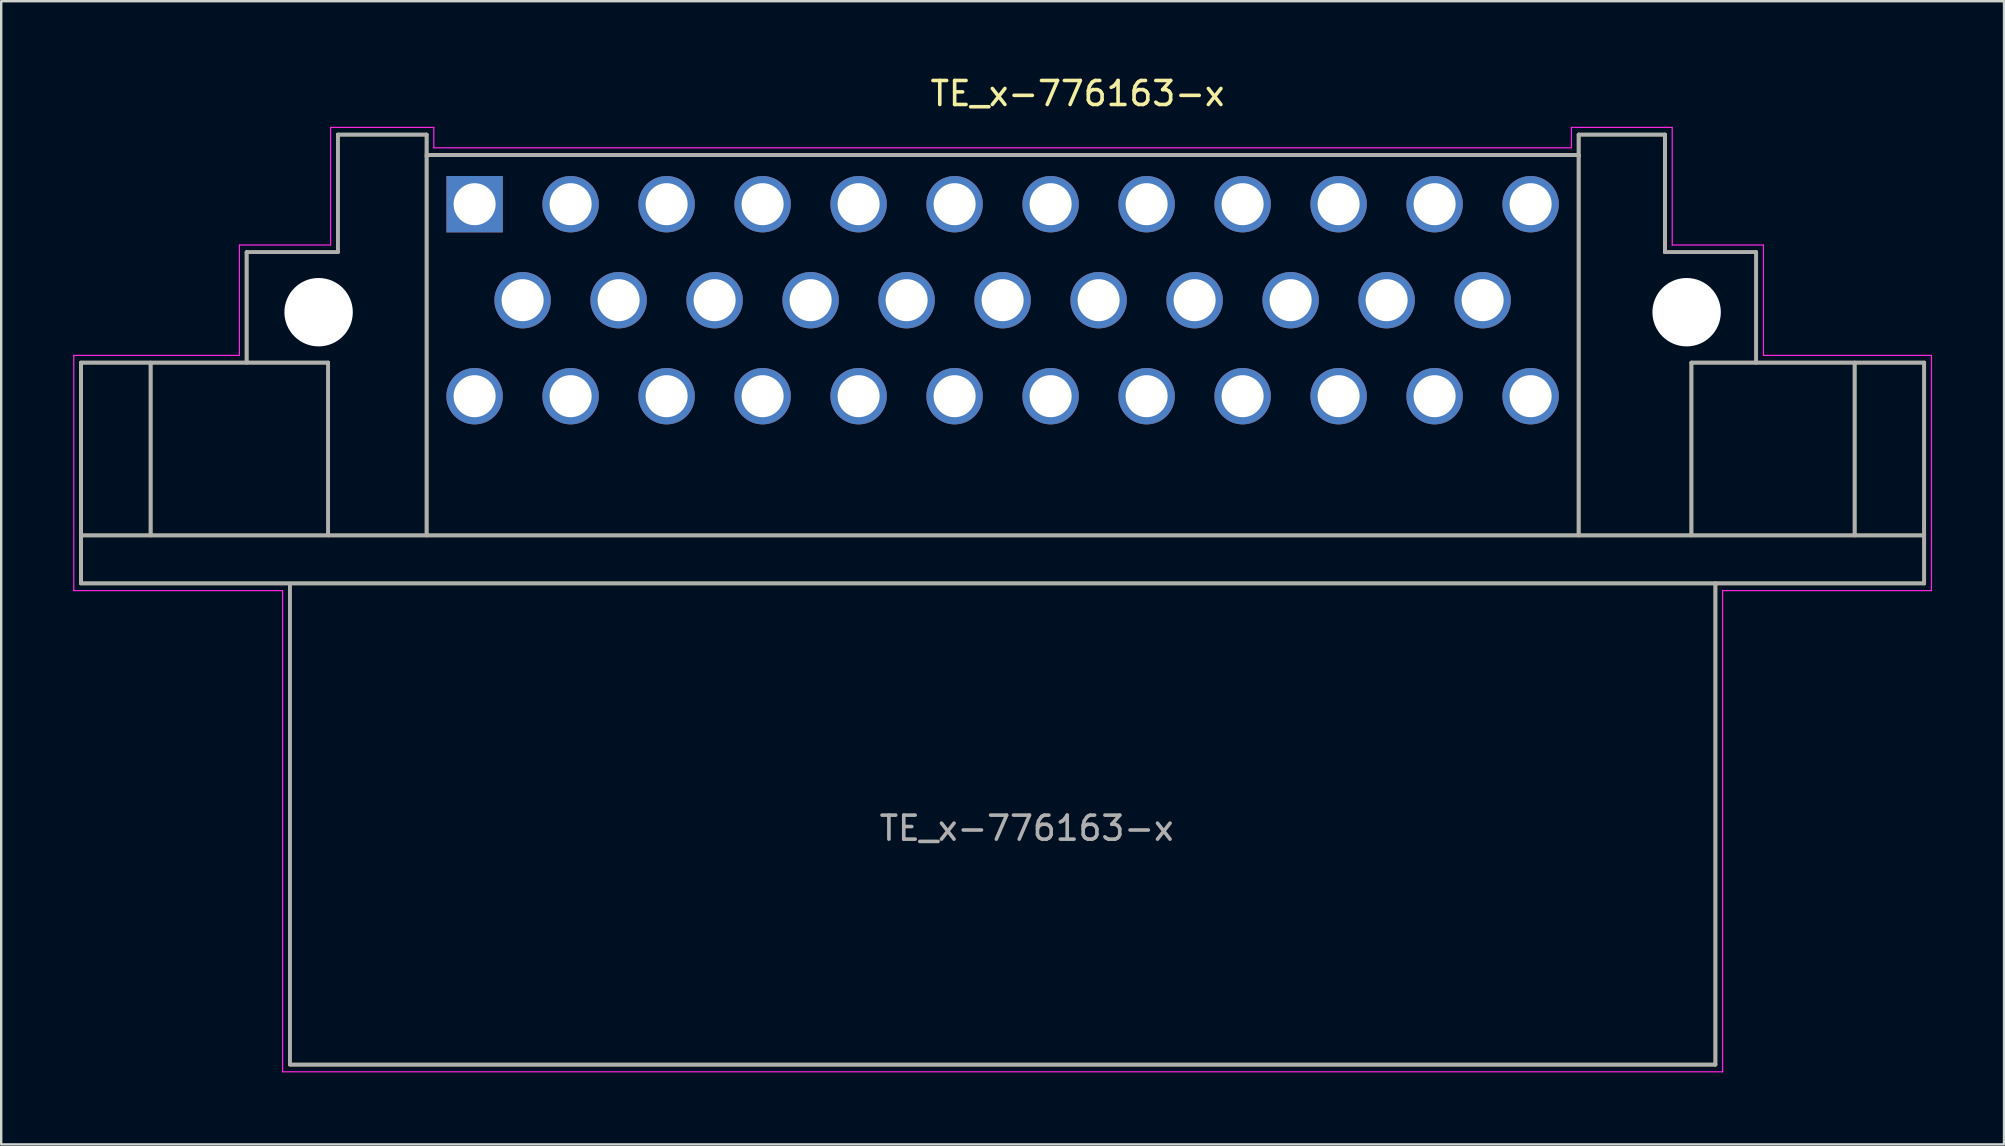
<source format=kicad_pcb>
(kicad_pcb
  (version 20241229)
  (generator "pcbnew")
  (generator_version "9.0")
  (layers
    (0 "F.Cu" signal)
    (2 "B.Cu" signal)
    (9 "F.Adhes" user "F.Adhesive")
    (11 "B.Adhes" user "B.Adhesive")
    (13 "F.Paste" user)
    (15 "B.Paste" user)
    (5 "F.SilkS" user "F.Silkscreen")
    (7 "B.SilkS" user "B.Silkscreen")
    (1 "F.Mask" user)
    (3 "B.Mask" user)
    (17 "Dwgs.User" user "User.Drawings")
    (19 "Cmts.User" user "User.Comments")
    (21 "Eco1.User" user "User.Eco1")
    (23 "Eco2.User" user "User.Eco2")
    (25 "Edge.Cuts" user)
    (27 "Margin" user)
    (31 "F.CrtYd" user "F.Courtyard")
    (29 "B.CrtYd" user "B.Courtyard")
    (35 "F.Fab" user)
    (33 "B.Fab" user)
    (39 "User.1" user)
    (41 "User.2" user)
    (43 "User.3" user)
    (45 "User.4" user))
  (footprint "TE_x-776163-x"
    (layer "F.Cu")
    (at 16.725 5.458)
    (property "Reference" "TE_x-776163-x" (at 25.12 -4.61 0) (layer "F.SilkS") (effects (font (size 1 1) (thickness 0.15))))
    (attr through_hole)
    (fp_line (start -16.4 6.6) (end -6.1 6.6) (stroke (width 0.15) (type solid)) (layer "F.SilkS"))
    (fp_line (start -16.4 13.5) (end -16.4 6.6) (stroke (width 0.15) (type solid)) (layer "F.SilkS"))
    (fp_line (start -16.4 13.5) (end -16.4 15.8) (stroke (width 0.15) (type solid)) (layer "F.SilkS"))
    (fp_line (start -16.4 13.8) (end 60.4 13.8) (stroke (width 0.15) (type solid)) (layer "F.SilkS"))
    (fp_line (start -13.5 6.6) (end -13.5 13.8) (stroke (width 0.15) (type solid)) (layer "F.SilkS"))
    (fp_line (start -9.5 2) (end -9.5 6.6) (stroke (width 0.15) (type solid)) (layer "F.SilkS"))
    (fp_line (start -7.7 15.85) (end -7.7 35.8) (stroke (width 0.15) (type solid)) (layer "F.SilkS"))
    (fp_line (start -7.7 35.85) (end 51.7 35.85) (stroke (width 0.15) (type solid)) (layer "F.SilkS"))
    (fp_line (start -6.1 6.6) (end -6.1 13.8) (stroke (width 0.15) (type solid)) (layer "F.SilkS"))
    (fp_line (start -5.7 -2.9) (end -5.7 2) (stroke (width 0.15) (type solid)) (layer "F.SilkS"))
    (fp_line (start -5.7 2) (end -9.5 2) (stroke (width 0.15) (type solid)) (layer "F.SilkS"))
    (fp_line (start -2 -2.9) (end -5.7 -2.9) (stroke (width 0.15) (type solid)) (layer "F.SilkS"))
    (fp_line (start -2 -2.05) (end 46 -2.05) (stroke (width 0.15) (type solid)) (layer "F.SilkS"))
    (fp_line (start -2 -2) (end -2 -2.9) (stroke (width 0.15) (type solid)) (layer "F.SilkS"))
    (fp_line (start -2 13.8) (end -2 -2) (stroke (width 0.15) (type solid)) (layer "F.SilkS"))
    (fp_line (start 46 -2.9) (end 49.6 -2.9) (stroke (width 0.15) (type solid)) (layer "F.SilkS"))
    (fp_line (start 46 -2) (end 46 -2.9) (stroke (width 0.15) (type solid)) (layer "F.SilkS"))
    (fp_line (start 46 -2) (end 46 13.8) (stroke (width 0.15) (type solid)) (layer "F.SilkS"))
    (fp_line (start 49.6 -2.9) (end 49.6 2) (stroke (width 0.15) (type solid)) (layer "F.SilkS"))
    (fp_line (start 49.6 2) (end 53.4 2) (stroke (width 0.15) (type solid)) (layer "F.SilkS"))
    (fp_line (start 50.7 6.6) (end 50.7 13.8) (stroke (width 0.15) (type solid)) (layer "F.SilkS"))
    (fp_line (start 51.7 35.85) (end 51.7 15.8) (stroke (width 0.15) (type solid)) (layer "F.SilkS"))
    (fp_line (start 53.4 2) (end 53.4 6.6) (stroke (width 0.15) (type solid)) (layer "F.SilkS"))
    (fp_line (start 57.5 6.6) (end 57.5 13.8) (stroke (width 0.15) (type solid)) (layer "F.SilkS"))
    (fp_line (start 60.4 6.6) (end 50.7 6.6) (stroke (width 0.15) (type solid)) (layer "F.SilkS"))
    (fp_line (start 60.4 13.5) (end 60.4 6.6) (stroke (width 0.15) (type solid)) (layer "F.SilkS"))
    (fp_line (start 60.4 13.5) (end 60.4 15.8) (stroke (width 0.15) (type solid)) (layer "F.SilkS"))
    (fp_line (start 60.4 15.8) (end -16.4 15.8) (stroke (width 0.15) (type solid)) (layer "F.SilkS"))
    (fp_line (start -16.7 6.3) (end -9.8 6.3) (stroke (width 0.05) (type solid)) (layer "F.CrtYd"))
    (fp_line (start -16.7 16.1) (end -16.7 6.3) (stroke (width 0.05) (type solid)) (layer "F.CrtYd"))
    (fp_line (start -9.8 1.7) (end -6 1.7) (stroke (width 0.05) (type solid)) (layer "F.CrtYd"))
    (fp_line (start -9.8 6.3) (end -9.8 1.7) (stroke (width 0.05) (type solid)) (layer "F.CrtYd"))
    (fp_line (start -8 16.1) (end -16.7 16.1) (stroke (width 0.05) (type solid)) (layer "F.CrtYd"))
    (fp_line (start -8 36.15) (end -8 16.1) (stroke (width 0.05) (type solid)) (layer "F.CrtYd"))
    (fp_line (start -6 -3.2) (end -1.7 -3.2) (stroke (width 0.05) (type solid)) (layer "F.CrtYd"))
    (fp_line (start -6 1.7) (end -6 -3.2) (stroke (width 0.05) (type solid)) (layer "F.CrtYd"))
    (fp_line (start -1.7 -3.2) (end -1.7 -2.35) (stroke (width 0.05) (type solid)) (layer "F.CrtYd"))
    (fp_line (start -1.7 -2.35) (end 45.7 -2.35) (stroke (width 0.05) (type solid)) (layer "F.CrtYd"))
    (fp_line (start 45.7 -3.2) (end 49.9 -3.2) (stroke (width 0.05) (type solid)) (layer "F.CrtYd"))
    (fp_line (start 45.7 -2.35) (end 45.7 -3.2) (stroke (width 0.05) (type solid)) (layer "F.CrtYd"))
    (fp_line (start 49.9 -3.2) (end 49.9 1.7) (stroke (width 0.05) (type solid)) (layer "F.CrtYd"))
    (fp_line (start 49.9 1.7) (end 53.7 1.7) (stroke (width 0.05) (type solid)) (layer "F.CrtYd"))
    (fp_line (start 52 16.1) (end 52 36.15) (stroke (width 0.05) (type solid)) (layer "F.CrtYd"))
    (fp_line (start 52 36.15) (end -8 36.15) (stroke (width 0.05) (type solid)) (layer "F.CrtYd"))
    (fp_line (start 53.7 1.7) (end 53.7 6.3) (stroke (width 0.05) (type solid)) (layer "F.CrtYd"))
    (fp_line (start 53.7 6.3) (end 60.7 6.3) (stroke (width 0.05) (type solid)) (layer "F.CrtYd"))
    (fp_line (start 60.7 6.3) (end 60.7 16.1) (stroke (width 0.05) (type solid)) (layer "F.CrtYd"))
    (fp_line (start 60.7 16.1) (end 52 16.1) (stroke (width 0.05) (type solid)) (layer "F.CrtYd"))
    (fp_line (start -16.4 6.6) (end -6.1 6.6) (stroke (width 0.15) (type solid)) (layer "F.Fab"))
    (fp_line (start -16.4 13.5) (end -16.4 6.6) (stroke (width 0.15) (type solid)) (layer "F.Fab"))
    (fp_line (start -16.4 13.5) (end -16.4 15.8) (stroke (width 0.15) (type solid)) (layer "F.Fab"))
    (fp_line (start -16.4 13.8) (end 60.4 13.8) (stroke (width 0.15) (type solid)) (layer "F.Fab"))
    (fp_line (start -13.5 6.6) (end -13.5 13.8) (stroke (width 0.15) (type solid)) (layer "F.Fab"))
    (fp_line (start -9.5 2) (end -9.5 6.6) (stroke (width 0.15) (type solid)) (layer "F.Fab"))
    (fp_line (start -7.7 15.85) (end -7.7 35.8) (stroke (width 0.15) (type solid)) (layer "F.Fab"))
    (fp_line (start -7.7 35.85) (end 51.7 35.85) (stroke (width 0.15) (type solid)) (layer "F.Fab"))
    (fp_line (start -6.1 6.6) (end -6.1 13.8) (stroke (width 0.15) (type solid)) (layer "F.Fab"))
    (fp_line (start -5.7 -2.9) (end -5.7 2) (stroke (width 0.15) (type solid)) (layer "F.Fab"))
    (fp_line (start -5.7 2) (end -9.5 2) (stroke (width 0.15) (type solid)) (layer "F.Fab"))
    (fp_line (start -2 -2.9) (end -5.7 -2.9) (stroke (width 0.15) (type solid)) (layer "F.Fab"))
    (fp_line (start -2 -2.05) (end 46 -2.05) (stroke (width 0.15) (type solid)) (layer "F.Fab"))
    (fp_line (start -2 -2) (end -2 -2.9) (stroke (width 0.15) (type solid)) (layer "F.Fab"))
    (fp_line (start -2 13.8) (end -2 -2) (stroke (width 0.15) (type solid)) (layer "F.Fab"))
    (fp_line (start 46 -2.9) (end 49.6 -2.9) (stroke (width 0.15) (type solid)) (layer "F.Fab"))
    (fp_line (start 46 -2) (end 46 -2.9) (stroke (width 0.15) (type solid)) (layer "F.Fab"))
    (fp_line (start 46 -2) (end 46 13.8) (stroke (width 0.15) (type solid)) (layer "F.Fab"))
    (fp_line (start 49.6 -2.9) (end 49.6 2) (stroke (width 0.15) (type solid)) (layer "F.Fab"))
    (fp_line (start 49.6 2) (end 53.4 2) (stroke (width 0.15) (type solid)) (layer "F.Fab"))
    (fp_line (start 50.7 6.6) (end 50.7 13.8) (stroke (width 0.15) (type solid)) (layer "F.Fab"))
    (fp_line (start 51.7 35.85) (end 51.7 15.8) (stroke (width 0.15) (type solid)) (layer "F.Fab"))
    (fp_line (start 53.4 2) (end 53.4 6.6) (stroke (width 0.15) (type solid)) (layer "F.Fab"))
    (fp_line (start 57.5 6.6) (end 57.5 13.8) (stroke (width 0.15) (type solid)) (layer "F.Fab"))
    (fp_line (start 60.4 6.6) (end 50.7 6.6) (stroke (width 0.15) (type solid)) (layer "F.Fab"))
    (fp_line (start 60.4 13.5) (end 60.4 6.6) (stroke (width 0.15) (type solid)) (layer "F.Fab"))
    (fp_line (start 60.4 13.5) (end 60.4 15.8) (stroke (width 0.15) (type solid)) (layer "F.Fab"))
    (fp_line (start 60.4 15.8) (end -16.4 15.8) (stroke (width 0.15) (type solid)) (layer "F.Fab"))
    (fp_text user "${REFERENCE}" (at 23 26 0) (layer "F.Fab") (effects (font (size 1 1) (thickness 0.15))))
    (pad "" np_thru_hole circle (at -6.5 4.5) (size 2.85 2.85) (drill 2.85) (layers "*.Cu" "*.Mask"))
    (pad "" np_thru_hole circle (at 50.5 4.5) (size 2.85 2.85) (drill 2.85) (layers "*.Cu" "*.Mask"))
    (pad "1" thru_hole rect (at 0 0) (size 2.35 2.35) (drill 1.75) (layers "*.Cu" "*.Mask"))
    (pad "2" thru_hole circle (at 4 0) (size 2.35 2.35) (drill 1.75) (layers "*.Cu" "*.Mask"))
    (pad "3" thru_hole circle (at 8 0) (size 2.35 2.35) (drill 1.75) (layers "*.Cu" "*.Mask"))
    (pad "4" thru_hole circle (at 12 0) (size 2.35 2.35) (drill 1.75) (layers "*.Cu" "*.Mask"))
    (pad "5" thru_hole circle (at 16 0) (size 2.35 2.35) (drill 1.75) (layers "*.Cu" "*.Mask"))
    (pad "6" thru_hole circle (at 20 0) (size 2.35 2.35) (drill 1.75) (layers "*.Cu" "*.Mask"))
    (pad "7" thru_hole circle (at 24 0) (size 2.35 2.35) (drill 1.75) (layers "*.Cu" "*.Mask"))
    (pad "8" thru_hole circle (at 28 0) (size 2.35 2.35) (drill 1.75) (layers "*.Cu" "*.Mask"))
    (pad "9" thru_hole circle (at 14 4) (size 2.35 2.35) (drill 1.75) (layers "*.Cu" "*.Mask"))
    (pad "9" thru_hole circle (at 32 0) (size 2.35 2.35) (drill 1.75) (layers "*.Cu" "*.Mask"))
    (pad "10" thru_hole circle (at 36 0) (size 2.35 2.35) (drill 1.75) (layers "*.Cu" "*.Mask"))
    (pad "11" thru_hole circle (at 40 0) (size 2.35 2.35) (drill 1.75) (layers "*.Cu" "*.Mask"))
    (pad "12" thru_hole circle (at 44 0) (size 2.35 2.35) (drill 1.75) (layers "*.Cu" "*.Mask"))
    (pad "13" thru_hole circle (at 2 4) (size 2.35 2.35) (drill 1.75) (layers "*.Cu" "*.Mask"))
    (pad "14" thru_hole circle (at 6 4) (size 2.35 2.35) (drill 1.75) (layers "*.Cu" "*.Mask"))
    (pad "15" thru_hole circle (at 10 4) (size 2.35 2.35) (drill 1.75) (layers "*.Cu" "*.Mask"))
    (pad "17" thru_hole circle (at 18 4) (size 2.35 2.35) (drill 1.75) (layers "*.Cu" "*.Mask"))
    (pad "18" thru_hole circle (at 22 4) (size 2.35 2.35) (drill 1.75) (layers "*.Cu" "*.Mask"))
    (pad "19" thru_hole circle (at 26 4) (size 2.35 2.35) (drill 1.75) (layers "*.Cu" "*.Mask"))
    (pad "20" thru_hole circle (at 30 4) (size 2.35 2.35) (drill 1.75) (layers "*.Cu" "*.Mask"))
    (pad "21" thru_hole circle (at 34 4) (size 2.35 2.35) (drill 1.75) (layers "*.Cu" "*.Mask"))
    (pad "22" thru_hole circle (at 38 4) (size 2.35 2.35) (drill 1.75) (layers "*.Cu" "*.Mask"))
    (pad "23" thru_hole circle (at 42 4) (size 2.35 2.35) (drill 1.75) (layers "*.Cu" "*.Mask"))
    (pad "24" thru_hole circle (at 0 8) (size 2.35 2.35) (drill 1.75) (layers "*.Cu" "*.Mask"))
    (pad "25" thru_hole circle (at 4 8) (size 2.35 2.35) (drill 1.75) (layers "*.Cu" "*.Mask"))
    (pad "26" thru_hole circle (at 8 8) (size 2.35 2.35) (drill 1.75) (layers "*.Cu" "*.Mask"))
    (pad "27" thru_hole circle (at 12 8) (size 2.35 2.35) (drill 1.75) (layers "*.Cu" "*.Mask"))
    (pad "28" thru_hole circle (at 16 8) (size 2.35 2.35) (drill 1.75) (layers "*.Cu" "*.Mask"))
    (pad "29" thru_hole circle (at 20 8) (size 2.35 2.35) (drill 1.75) (layers "*.Cu" "*.Mask"))
    (pad "30" thru_hole circle (at 24 8) (size 2.35 2.35) (drill 1.75) (layers "*.Cu" "*.Mask"))
    (pad "31" thru_hole circle (at 28 8) (size 2.35 2.35) (drill 1.75) (layers "*.Cu" "*.Mask"))
    (pad "32" thru_hole circle (at 32 8) (size 2.35 2.35) (drill 1.75) (layers "*.Cu" "*.Mask"))
    (pad "33" thru_hole circle (at 36 8) (size 2.35 2.35) (drill 1.75) (layers "*.Cu" "*.Mask"))
    (pad "34" thru_hole circle (at 40 8) (size 2.35 2.35) (drill 1.75) (layers "*.Cu" "*.Mask"))
    (pad "35" thru_hole circle (at 44 8) (size 2.35 2.35) (drill 1.75) (layers "*.Cu" "*.Mask")))
  (gr_rect
    (start -3 -3)
    (end 80.45 44.633)
    (stroke (width 0.1) (type default))
    (fill no)
    (layer "Edge.Cuts")))
</source>
